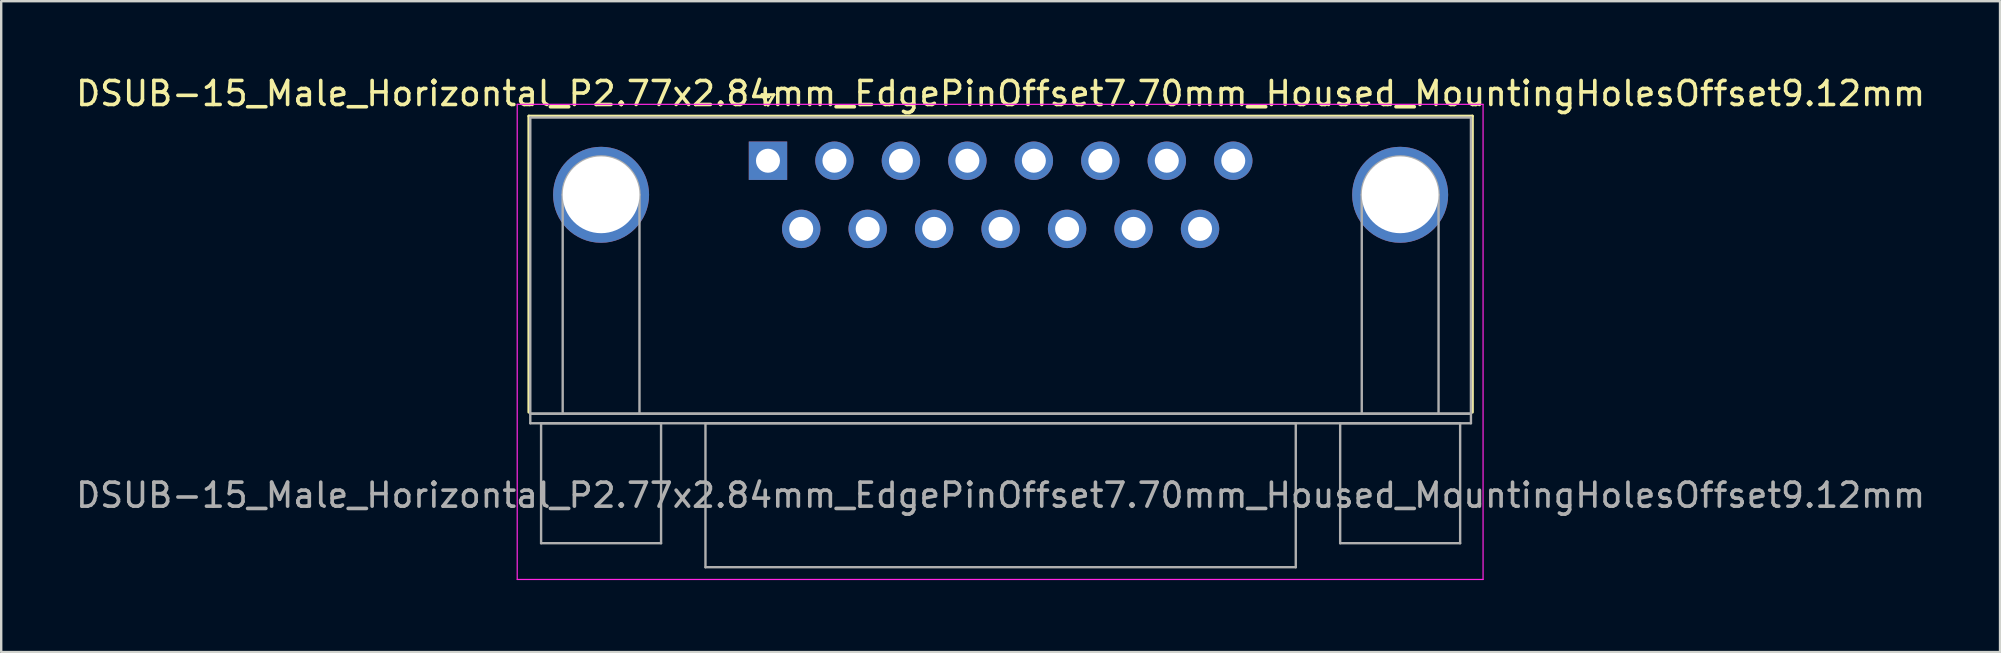
<source format=kicad_pcb>
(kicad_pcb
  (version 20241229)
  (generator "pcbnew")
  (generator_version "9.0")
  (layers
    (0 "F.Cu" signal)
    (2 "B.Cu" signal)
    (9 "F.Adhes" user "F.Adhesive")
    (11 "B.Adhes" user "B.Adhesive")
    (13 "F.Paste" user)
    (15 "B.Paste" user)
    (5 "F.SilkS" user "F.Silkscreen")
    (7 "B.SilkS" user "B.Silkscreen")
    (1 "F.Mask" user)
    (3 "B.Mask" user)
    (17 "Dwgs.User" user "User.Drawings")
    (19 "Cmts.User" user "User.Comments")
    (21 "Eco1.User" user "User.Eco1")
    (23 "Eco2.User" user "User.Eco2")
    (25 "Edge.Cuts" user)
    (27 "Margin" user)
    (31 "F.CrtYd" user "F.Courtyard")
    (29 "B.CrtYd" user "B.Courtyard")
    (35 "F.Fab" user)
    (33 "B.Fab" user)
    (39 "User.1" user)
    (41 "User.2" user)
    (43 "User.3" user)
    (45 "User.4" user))
  (footprint "DSUB-15_Male_Horizontal_P2.77x2.84mm_EdgePinOffset7.70mm_Housed_MountingHolesOffset9.12mm"
    (layer "F.Cu")
    (at 28.954 3.648)
    (property "Reference" "DSUB-15_Male_Horizontal_P2.77x2.84mm_EdgePinOffset7.70mm_Housed_MountingHolesOffset9.12mm" (at 9.695 -2.8 0) (layer "F.SilkS") (effects (font (size 1 1) (thickness 0.15))))
    (attr through_hole)
    (fp_line (start -9.965 -1.86) (end 29.355 -1.86) (stroke (width 0.12) (type solid)) (layer "F.SilkS"))
    (fp_line (start -9.965 10.48) (end -9.965 -1.86) (stroke (width 0.12) (type solid)) (layer "F.SilkS"))
    (fp_line (start -0.25 -2.754) (end 0.25 -2.754) (stroke (width 0.12) (type solid)) (layer "F.SilkS"))
    (fp_line (start 0 -2.321) (end -0.25 -2.754) (stroke (width 0.12) (type solid)) (layer "F.SilkS"))
    (fp_line (start 0.25 -2.754) (end 0 -2.321) (stroke (width 0.12) (type solid)) (layer "F.SilkS"))
    (fp_line (start 29.355 -1.86) (end 29.355 10.48) (stroke (width 0.12) (type solid)) (layer "F.SilkS"))
    (fp_line (start -10.45 -2.35) (end -10.45 17.45) (stroke (width 0.05) (type solid)) (layer "F.CrtYd"))
    (fp_line (start -10.45 17.45) (end 29.8 17.45) (stroke (width 0.05) (type solid)) (layer "F.CrtYd"))
    (fp_line (start 29.8 -2.35) (end -10.45 -2.35) (stroke (width 0.05) (type solid)) (layer "F.CrtYd"))
    (fp_line (start 29.8 17.45) (end 29.8 -2.35) (stroke (width 0.05) (type solid)) (layer "F.CrtYd"))
    (fp_line (start -9.905 -1.8) (end -9.905 10.54) (stroke (width 0.1) (type solid)) (layer "F.Fab"))
    (fp_line (start -9.905 10.54) (end -9.905 10.94) (stroke (width 0.1) (type solid)) (layer "F.Fab"))
    (fp_line (start -9.905 10.54) (end 29.295 10.54) (stroke (width 0.1) (type solid)) (layer "F.Fab"))
    (fp_line (start -9.905 10.94) (end 29.295 10.94) (stroke (width 0.1) (type solid)) (layer "F.Fab"))
    (fp_line (start -9.455 10.94) (end -9.455 15.94) (stroke (width 0.1) (type solid)) (layer "F.Fab"))
    (fp_line (start -9.455 15.94) (end -4.455 15.94) (stroke (width 0.1) (type solid)) (layer "F.Fab"))
    (fp_line (start -8.555 10.54) (end -8.555 1.42) (stroke (width 0.1) (type solid)) (layer "F.Fab"))
    (fp_line (start -5.355 10.54) (end -5.355 1.42) (stroke (width 0.1) (type solid)) (layer "F.Fab"))
    (fp_line (start -4.455 10.94) (end -9.455 10.94) (stroke (width 0.1) (type solid)) (layer "F.Fab"))
    (fp_line (start -4.455 15.94) (end -4.455 10.94) (stroke (width 0.1) (type solid)) (layer "F.Fab"))
    (fp_line (start -2.605 10.94) (end -2.605 16.94) (stroke (width 0.1) (type solid)) (layer "F.Fab"))
    (fp_line (start -2.605 16.94) (end 21.995 16.94) (stroke (width 0.1) (type solid)) (layer "F.Fab"))
    (fp_line (start 21.995 10.94) (end -2.605 10.94) (stroke (width 0.1) (type solid)) (layer "F.Fab"))
    (fp_line (start 21.995 16.94) (end 21.995 10.94) (stroke (width 0.1) (type solid)) (layer "F.Fab"))
    (fp_line (start 23.845 10.94) (end 23.845 15.94) (stroke (width 0.1) (type solid)) (layer "F.Fab"))
    (fp_line (start 23.845 15.94) (end 28.845 15.94) (stroke (width 0.1) (type solid)) (layer "F.Fab"))
    (fp_line (start 24.745 10.54) (end 24.745 1.42) (stroke (width 0.1) (type solid)) (layer "F.Fab"))
    (fp_line (start 27.945 10.54) (end 27.945 1.42) (stroke (width 0.1) (type solid)) (layer "F.Fab"))
    (fp_line (start 28.845 10.94) (end 23.845 10.94) (stroke (width 0.1) (type solid)) (layer "F.Fab"))
    (fp_line (start 28.845 15.94) (end 28.845 10.94) (stroke (width 0.1) (type solid)) (layer "F.Fab"))
    (fp_line (start 29.295 -1.8) (end -9.905 -1.8) (stroke (width 0.1) (type solid)) (layer "F.Fab"))
    (fp_line (start 29.295 10.54) (end -9.905 10.54) (stroke (width 0.1) (type solid)) (layer "F.Fab"))
    (fp_line (start 29.295 10.54) (end 29.295 -1.8) (stroke (width 0.1) (type solid)) (layer "F.Fab"))
    (fp_line (start 29.295 10.94) (end 29.295 10.54) (stroke (width 0.1) (type solid)) (layer "F.Fab"))
    (fp_arc (start -8.555 1.42) (mid -6.955 -0.18) (end -5.355 1.42) (stroke (width 0.1) (type solid)) (layer "F.Fab"))
    (fp_arc (start 24.745 1.42) (mid 26.345 -0.18) (end 27.945 1.42) (stroke (width 0.1) (type solid)) (layer "F.Fab"))
    (fp_text user "${REFERENCE}" (at 9.695 13.94 0) (layer "F.Fab") (effects (font (size 1 1) (thickness 0.15))))
    (pad "0" thru_hole circle (at -6.955 1.42) (size 4 4) (drill 3.2) (layers "*.Cu" "*.Mask"))
    (pad "0" thru_hole circle (at 26.345 1.42) (size 4 4) (drill 3.2) (layers "*.Cu" "*.Mask"))
    (pad "1" thru_hole rect (at 0 0) (size 1.6 1.6) (drill 1) (layers "*.Cu" "*.Mask"))
    (pad "2" thru_hole circle (at 2.77 0) (size 1.6 1.6) (drill 1) (layers "*.Cu" "*.Mask"))
    (pad "3" thru_hole circle (at 5.54 0) (size 1.6 1.6) (drill 1) (layers "*.Cu" "*.Mask"))
    (pad "4" thru_hole circle (at 8.31 0) (size 1.6 1.6) (drill 1) (layers "*.Cu" "*.Mask"))
    (pad "5" thru_hole circle (at 11.08 0) (size 1.6 1.6) (drill 1) (layers "*.Cu" "*.Mask"))
    (pad "6" thru_hole circle (at 13.85 0) (size 1.6 1.6) (drill 1) (layers "*.Cu" "*.Mask"))
    (pad "7" thru_hole circle (at 16.62 0) (size 1.6 1.6) (drill 1) (layers "*.Cu" "*.Mask"))
    (pad "8" thru_hole circle (at 19.39 0) (size 1.6 1.6) (drill 1) (layers "*.Cu" "*.Mask"))
    (pad "9" thru_hole circle (at 1.385 2.84) (size 1.6 1.6) (drill 1) (layers "*.Cu" "*.Mask"))
    (pad "10" thru_hole circle (at 4.155 2.84) (size 1.6 1.6) (drill 1) (layers "*.Cu" "*.Mask"))
    (pad "11" thru_hole circle (at 6.925 2.84) (size 1.6 1.6) (drill 1) (layers "*.Cu" "*.Mask"))
    (pad "12" thru_hole circle (at 9.695 2.84) (size 1.6 1.6) (drill 1) (layers "*.Cu" "*.Mask"))
    (pad "13" thru_hole circle (at 12.465 2.84) (size 1.6 1.6) (drill 1) (layers "*.Cu" "*.Mask"))
    (pad "14" thru_hole circle (at 15.235 2.84) (size 1.6 1.6) (drill 1) (layers "*.Cu" "*.Mask"))
    (pad "15" thru_hole circle (at 18.005 2.84) (size 1.6 1.6) (drill 1) (layers "*.Cu" "*.Mask")))
  (gr_rect
    (start -3 -3)
    (end 80.298 24.123)
    (stroke (width 0.1) (type default))
    (fill no)
    (layer "Edge.Cuts")))
</source>
